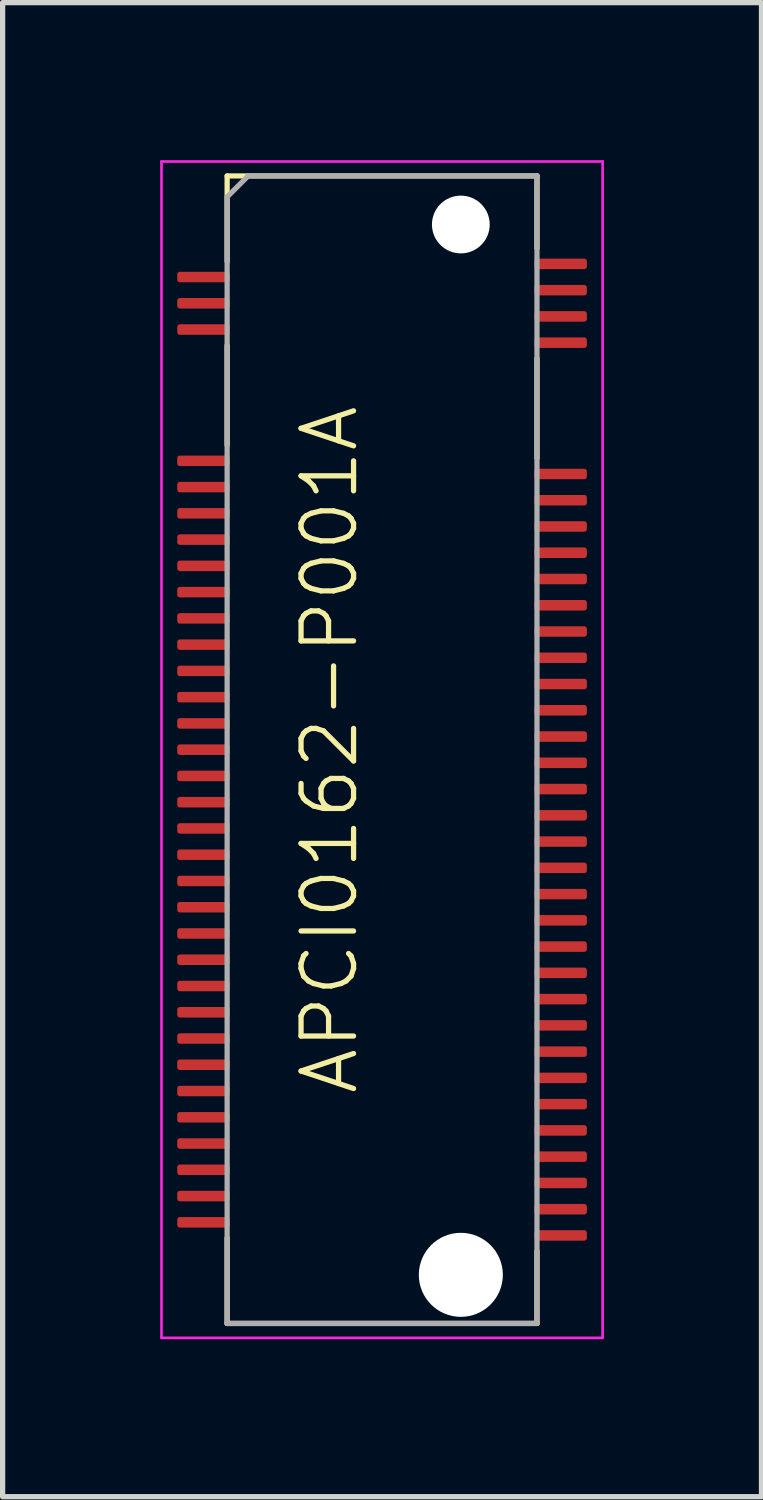
<source format=kicad_pcb>
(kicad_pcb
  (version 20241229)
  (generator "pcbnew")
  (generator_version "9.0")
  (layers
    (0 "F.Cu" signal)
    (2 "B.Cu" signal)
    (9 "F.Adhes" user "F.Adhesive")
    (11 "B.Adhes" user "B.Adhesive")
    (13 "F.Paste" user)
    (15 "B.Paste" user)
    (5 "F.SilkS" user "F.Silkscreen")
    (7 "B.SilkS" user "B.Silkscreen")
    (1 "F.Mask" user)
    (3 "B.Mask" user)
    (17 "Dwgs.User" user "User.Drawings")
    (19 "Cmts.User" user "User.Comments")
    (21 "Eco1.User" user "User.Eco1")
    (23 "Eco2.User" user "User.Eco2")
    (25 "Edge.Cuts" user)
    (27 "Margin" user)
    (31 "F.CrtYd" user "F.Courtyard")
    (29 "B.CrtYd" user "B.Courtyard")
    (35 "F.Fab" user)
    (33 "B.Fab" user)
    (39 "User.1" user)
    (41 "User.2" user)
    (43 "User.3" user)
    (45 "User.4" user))
  (footprint "APCI0162-P001A"
    (layer "F.Cu")
    (at 4.225 11.225)
    (property "Reference" "APCI0162-P001A" (at -1 0 90) (unlocked yes) (layer "F.SilkS") (effects (font (size 1 1) (thickness 0.1))))
    (attr smd)
    (fp_line (start -2.95 -10.925) (end 2.95 -10.925) (stroke (width 0.1) (type solid)) (layer "F.SilkS"))
    (fp_line (start -2.95 -9.3) (end -2.95 -10.925) (stroke (width 0.1) (type solid)) (layer "F.SilkS"))
    (fp_line (start -2.95 -7.7) (end -2.95 -5.8) (stroke (width 0.1) (type solid)) (layer "F.SilkS"))
    (fp_line (start -2.95 9.3) (end -2.95 10.925) (stroke (width 0.1) (type solid)) (layer "F.SilkS"))
    (fp_line (start -2.95 10.925) (end 2.95 10.925) (stroke (width 0.1) (type solid)) (layer "F.SilkS"))
    (fp_line (start 2.95 -10.925) (end 2.95 -9.55) (stroke (width 0.1) (type solid)) (layer "F.SilkS"))
    (fp_line (start 2.95 -7.45) (end 2.95 -5.55) (stroke (width 0.1) (type solid)) (layer "F.SilkS"))
    (fp_line (start 2.95 9.55) (end 2.95 10.925) (stroke (width 0.1) (type solid)) (layer "F.SilkS"))
    (fp_line (start -4.2 -11.2) (end 4.2 -11.2) (stroke (width 0.05) (type solid)) (layer "F.CrtYd"))
    (fp_line (start -4.2 11.2) (end -4.2 -11.2) (stroke (width 0.05) (type solid)) (layer "F.CrtYd"))
    (fp_line (start 4.2 -11.2) (end 4.2 11.2) (stroke (width 0.05) (type solid)) (layer "F.CrtYd"))
    (fp_line (start 4.2 11.2) (end -4.2 11.2) (stroke (width 0.05) (type solid)) (layer "F.CrtYd"))
    (fp_line (start -2.95 -10.525) (end -2.95 10.925) (stroke (width 0.1) (type solid)) (layer "F.Fab"))
    (fp_line (start -2.95 -10.525) (end -2.55 -10.925) (stroke (width 0.1) (type solid)) (layer "F.Fab"))
    (fp_line (start -2.95 10.925) (end 2.95 10.925) (stroke (width 0.1) (type solid)) (layer "F.Fab"))
    (fp_line (start -2.55 -10.925) (end 2.95 -10.925) (stroke (width 0.1) (type solid)) (layer "F.Fab"))
    (fp_line (start 2.95 -10.925) (end 2.95 10.925) (stroke (width 0.1) (type solid)) (layer "F.Fab"))
    (pad "" np_thru_hole circle (at 1.5 -10 90) (size 1.1 1.1) (drill 1.1) (layers "*.Cu" "*.Mask"))
    (pad "" np_thru_hole circle (at 1.5 10 90) (size 1.6 1.6) (drill 1.6) (layers "*.Cu" "*.Mask"))
    (pad "1" smd roundrect (at 3.4 -9.25 90) (size 0.2 1) (layers "F.Cu" "F.Mask" "F.Paste") (roundrect_rratio 0.25))
    (pad "2" smd roundrect (at -3.4 -9 90) (size 0.2 1) (layers "F.Cu" "F.Mask" "F.Paste") (roundrect_rratio 0.25))
    (pad "3" smd roundrect (at 3.4 -8.75 90) (size 0.2 1) (layers "F.Cu" "F.Mask" "F.Paste") (roundrect_rratio 0.25))
    (pad "4" smd roundrect (at -3.4 -8.5 90) (size 0.2 1) (layers "F.Cu" "F.Mask" "F.Paste") (roundrect_rratio 0.25))
    (pad "5" smd roundrect (at 3.4 -8.25 90) (size 0.2 1) (layers "F.Cu" "F.Mask" "F.Paste") (roundrect_rratio 0.25))
    (pad "6" smd roundrect (at -3.4 -8 90) (size 0.2 1) (layers "F.Cu" "F.Mask" "F.Paste") (roundrect_rratio 0.25))
    (pad "7" smd roundrect (at 3.4 -7.75 90) (size 0.2 1) (layers "F.Cu" "F.Mask" "F.Paste") (roundrect_rratio 0.25))
    (pad "16" smd roundrect (at -3.4 -5.5 90) (size 0.2 1) (layers "F.Cu" "F.Mask" "F.Paste") (roundrect_rratio 0.25))
    (pad "17" smd roundrect (at 3.4 -5.25 90) (size 0.2 1) (layers "F.Cu" "F.Mask" "F.Paste") (roundrect_rratio 0.25))
    (pad "18" smd roundrect (at -3.4 -5 90) (size 0.2 1) (layers "F.Cu" "F.Mask" "F.Paste") (roundrect_rratio 0.25))
    (pad "19" smd roundrect (at 3.4 -4.75 90) (size 0.2 1) (layers "F.Cu" "F.Mask" "F.Paste") (roundrect_rratio 0.25))
    (pad "20" smd roundrect (at -3.4 -4.5 90) (size 0.2 1) (layers "F.Cu" "F.Mask" "F.Paste") (roundrect_rratio 0.25))
    (pad "21" smd roundrect (at 3.4 -4.25 90) (size 0.2 1) (layers "F.Cu" "F.Mask" "F.Paste") (roundrect_rratio 0.25))
    (pad "22" smd roundrect (at -3.4 -4 90) (size 0.2 1) (layers "F.Cu" "F.Mask" "F.Paste") (roundrect_rratio 0.25))
    (pad "23" smd roundrect (at 3.4 -3.75 90) (size 0.2 1) (layers "F.Cu" "F.Mask" "F.Paste") (roundrect_rratio 0.25))
    (pad "24" smd roundrect (at -3.4 -3.5 90) (size 0.2 1) (layers "F.Cu" "F.Mask" "F.Paste") (roundrect_rratio 0.25))
    (pad "25" smd roundrect (at 3.4 -3.25 90) (size 0.2 1) (layers "F.Cu" "F.Mask" "F.Paste") (roundrect_rratio 0.25))
    (pad "26" smd roundrect (at -3.4 -3 90) (size 0.2 1) (layers "F.Cu" "F.Mask" "F.Paste") (roundrect_rratio 0.25))
    (pad "27" smd roundrect (at 3.4 -2.75 90) (size 0.2 1) (layers "F.Cu" "F.Mask" "F.Paste") (roundrect_rratio 0.25))
    (pad "28" smd roundrect (at -3.4 -2.5 90) (size 0.2 1) (layers "F.Cu" "F.Mask" "F.Paste") (roundrect_rratio 0.25))
    (pad "29" smd roundrect (at 3.4 -2.25 90) (size 0.2 1) (layers "F.Cu" "F.Mask" "F.Paste") (roundrect_rratio 0.25))
    (pad "30" smd roundrect (at -3.4 -2 90) (size 0.2 1) (layers "F.Cu" "F.Mask" "F.Paste") (roundrect_rratio 0.25))
    (pad "31" smd roundrect (at 3.4 -1.75 90) (size 0.2 1) (layers "F.Cu" "F.Mask" "F.Paste") (roundrect_rratio 0.25))
    (pad "32" smd roundrect (at -3.4 -1.5 90) (size 0.2 1) (layers "F.Cu" "F.Mask" "F.Paste") (roundrect_rratio 0.25))
    (pad "33" smd roundrect (at 3.4 -1.25 90) (size 0.2 1) (layers "F.Cu" "F.Mask" "F.Paste") (roundrect_rratio 0.25))
    (pad "34" smd roundrect (at -3.4 -1 90) (size 0.2 1) (layers "F.Cu" "F.Mask" "F.Paste") (roundrect_rratio 0.25))
    (pad "35" smd roundrect (at 3.4 -0.75 90) (size 0.2 1) (layers "F.Cu" "F.Mask" "F.Paste") (roundrect_rratio 0.25))
    (pad "36" smd roundrect (at -3.4 -0.5 90) (size 0.2 1) (layers "F.Cu" "F.Mask" "F.Paste") (roundrect_rratio 0.25))
    (pad "37" smd roundrect (at 3.4 -0.25 90) (size 0.2 1) (layers "F.Cu" "F.Mask" "F.Paste") (roundrect_rratio 0.25))
    (pad "38" smd roundrect (at -3.4 0 90) (size 0.2 1) (layers "F.Cu" "F.Mask" "F.Paste") (roundrect_rratio 0.25))
    (pad "39" smd roundrect (at 3.4 0.25 90) (size 0.2 1) (layers "F.Cu" "F.Mask" "F.Paste") (roundrect_rratio 0.25))
    (pad "40" smd roundrect (at -3.4 0.5 90) (size 0.2 1) (layers "F.Cu" "F.Mask" "F.Paste") (roundrect_rratio 0.25))
    (pad "41" smd roundrect (at 3.4 0.75 90) (size 0.2 1) (layers "F.Cu" "F.Mask" "F.Paste") (roundrect_rratio 0.25))
    (pad "42" smd roundrect (at -3.4 1 90) (size 0.2 1) (layers "F.Cu" "F.Mask" "F.Paste") (roundrect_rratio 0.25))
    (pad "43" smd roundrect (at 3.4 1.25 90) (size 0.2 1) (layers "F.Cu" "F.Mask" "F.Paste") (roundrect_rratio 0.25))
    (pad "44" smd roundrect (at -3.4 1.5 90) (size 0.2 1) (layers "F.Cu" "F.Mask" "F.Paste") (roundrect_rratio 0.25))
    (pad "45" smd roundrect (at 3.4 1.75 90) (size 0.2 1) (layers "F.Cu" "F.Mask" "F.Paste") (roundrect_rratio 0.25))
    (pad "46" smd roundrect (at -3.4 2 90) (size 0.2 1) (layers "F.Cu" "F.Mask" "F.Paste") (roundrect_rratio 0.25))
    (pad "47" smd roundrect (at 3.4 2.25 90) (size 0.2 1) (layers "F.Cu" "F.Mask" "F.Paste") (roundrect_rratio 0.25))
    (pad "48" smd roundrect (at -3.4 2.5 90) (size 0.2 1) (layers "F.Cu" "F.Mask" "F.Paste") (roundrect_rratio 0.25))
    (pad "49" smd roundrect (at 3.4 2.75 90) (size 0.2 1) (layers "F.Cu" "F.Mask" "F.Paste") (roundrect_rratio 0.25))
    (pad "50" smd roundrect (at -3.4 3 90) (size 0.2 1) (layers "F.Cu" "F.Mask" "F.Paste") (roundrect_rratio 0.25))
    (pad "51" smd roundrect (at 3.4 3.25 90) (size 0.2 1) (layers "F.Cu" "F.Mask" "F.Paste") (roundrect_rratio 0.25))
    (pad "52" smd roundrect (at -3.4 3.5 90) (size 0.2 1) (layers "F.Cu" "F.Mask" "F.Paste") (roundrect_rratio 0.25))
    (pad "53" smd roundrect (at 3.4 3.75 90) (size 0.2 1) (layers "F.Cu" "F.Mask" "F.Paste") (roundrect_rratio 0.25))
    (pad "54" smd roundrect (at -3.4 4 90) (size 0.2 1) (layers "F.Cu" "F.Mask" "F.Paste") (roundrect_rratio 0.25))
    (pad "55" smd roundrect (at 3.4 4.25 90) (size 0.2 1) (layers "F.Cu" "F.Mask" "F.Paste") (roundrect_rratio 0.25))
    (pad "56" smd roundrect (at -3.4 4.5 90) (size 0.2 1) (layers "F.Cu" "F.Mask" "F.Paste") (roundrect_rratio 0.25))
    (pad "57" smd roundrect (at 3.4 4.75 90) (size 0.2 1) (layers "F.Cu" "F.Mask" "F.Paste") (roundrect_rratio 0.25))
    (pad "58" smd roundrect (at -3.4 5 90) (size 0.2 1) (layers "F.Cu" "F.Mask" "F.Paste") (roundrect_rratio 0.25))
    (pad "59" smd roundrect (at 3.4 5.25 90) (size 0.2 1) (layers "F.Cu" "F.Mask" "F.Paste") (roundrect_rratio 0.25))
    (pad "60" smd roundrect (at -3.4 5.5 90) (size 0.2 1) (layers "F.Cu" "F.Mask" "F.Paste") (roundrect_rratio 0.25))
    (pad "61" smd roundrect (at 3.4 5.75 90) (size 0.2 1) (layers "F.Cu" "F.Mask" "F.Paste") (roundrect_rratio 0.25))
    (pad "62" smd roundrect (at -3.4 6 90) (size 0.2 1) (layers "F.Cu" "F.Mask" "F.Paste") (roundrect_rratio 0.25))
    (pad "63" smd roundrect (at 3.4 6.25 90) (size 0.2 1) (layers "F.Cu" "F.Mask" "F.Paste") (roundrect_rratio 0.25))
    (pad "64" smd roundrect (at -3.4 6.5 90) (size 0.2 1) (layers "F.Cu" "F.Mask" "F.Paste") (roundrect_rratio 0.25))
    (pad "65" smd roundrect (at 3.4 6.75 90) (size 0.2 1) (layers "F.Cu" "F.Mask" "F.Paste") (roundrect_rratio 0.25))
    (pad "66" smd roundrect (at -3.4 7 90) (size 0.2 1) (layers "F.Cu" "F.Mask" "F.Paste") (roundrect_rratio 0.25))
    (pad "67" smd roundrect (at 3.4 7.25 90) (size 0.2 1) (layers "F.Cu" "F.Mask" "F.Paste") (roundrect_rratio 0.25))
    (pad "68" smd roundrect (at -3.4 7.5 90) (size 0.2 1) (layers "F.Cu" "F.Mask" "F.Paste") (roundrect_rratio 0.25))
    (pad "69" smd roundrect (at 3.4 7.75 90) (size 0.2 1) (layers "F.Cu" "F.Mask" "F.Paste") (roundrect_rratio 0.25))
    (pad "70" smd roundrect (at -3.4 8 90) (size 0.2 1) (layers "F.Cu" "F.Mask" "F.Paste") (roundrect_rratio 0.25))
    (pad "71" smd roundrect (at 3.4 8.25 90) (size 0.2 1) (layers "F.Cu" "F.Mask" "F.Paste") (roundrect_rratio 0.25))
    (pad "72" smd roundrect (at -3.4 8.5 90) (size 0.2 1) (layers "F.Cu" "F.Mask" "F.Paste") (roundrect_rratio 0.25))
    (pad "73" smd roundrect (at 3.4 8.75 90) (size 0.2 1) (layers "F.Cu" "F.Mask" "F.Paste") (roundrect_rratio 0.25))
    (pad "74" smd roundrect (at -3.4 9 90) (size 0.2 1) (layers "F.Cu" "F.Mask" "F.Paste") (roundrect_rratio 0.25))
    (pad "75" smd roundrect (at 3.4 9.25 90) (size 0.2 1) (layers "F.Cu" "F.Mask" "F.Paste") (roundrect_rratio 0.25)))
  (gr_rect
    (start -3 -3)
    (end 11.45 25.45)
    (stroke (width 0.1) (type default))
    (fill no)
    (layer "Edge.Cuts")))
</source>
